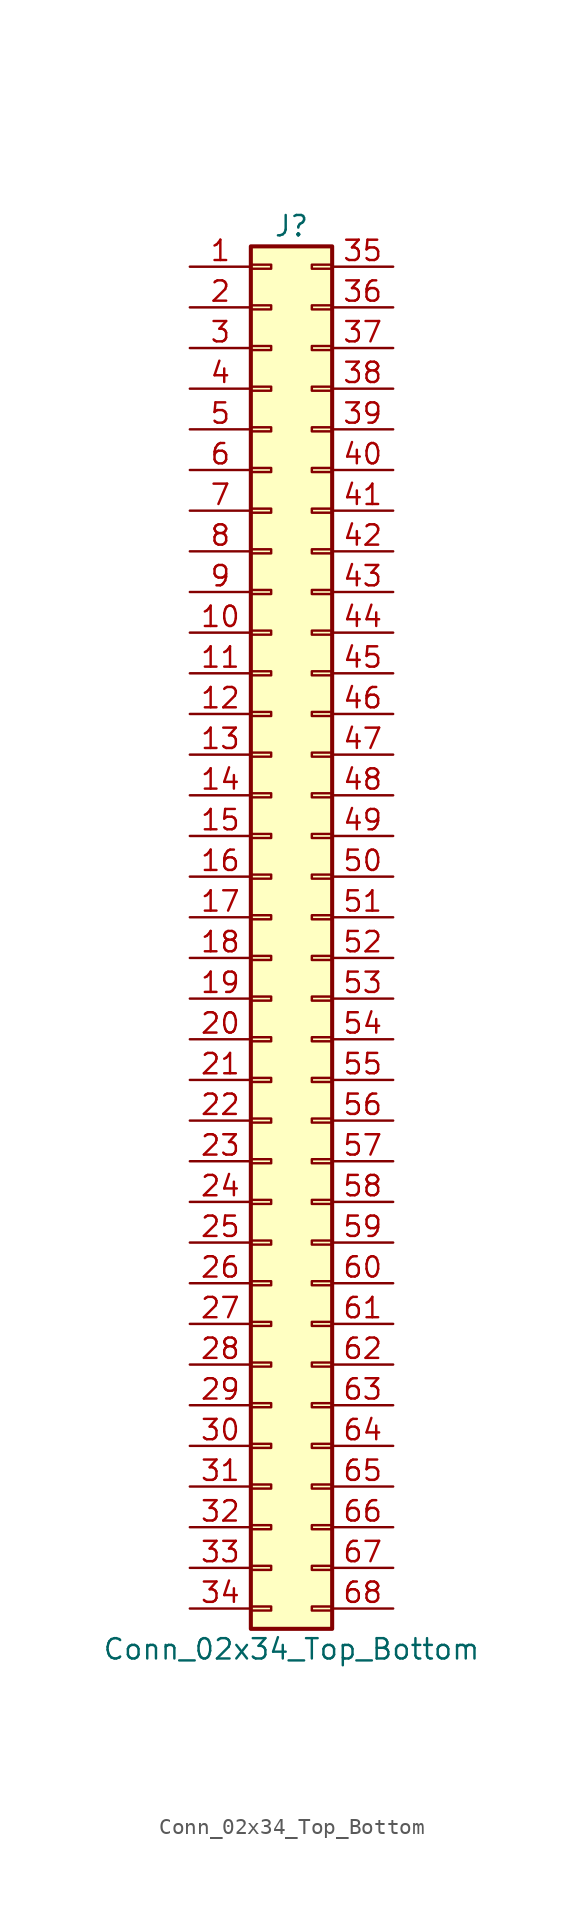
<source format=kicad_sym>
(kicad_symbol_lib
  (version 20201005)
  (generator kicad_symbol_editor)
  (symbol "Conn_02x34_Top_Bottom"
    (pin_names
      (offset 1.016) hide)
    (property "Reference" "J"
      (at 1.27 43.18 0)
      (effects (font (size 1.27 1.27))))
    (property "Value" "Conn_02x34_Top_Bottom"
      (at 1.27 -45.72 0)
      (effects (font (size 1.27 1.27))))
    (symbol "Conn_02x34_Top_Bottom_1_1"
      (rectangle (start -1.27 -43.053) (end 0 -43.307) (stroke (width 0.152)) (fill (type none)))
      (rectangle (start -1.27 -40.513) (end 0 -40.767) (stroke (width 0.152)) (fill (type none)))
      (rectangle (start -1.27 -37.973) (end 0 -38.227) (stroke (width 0.152)) (fill (type none)))
      (rectangle (start -1.27 -35.433) (end 0 -35.687) (stroke (width 0.152)) (fill (type none)))
      (rectangle (start -1.27 -32.893) (end 0 -33.147) (stroke (width 0.152)) (fill (type none)))
      (rectangle (start -1.27 -30.353) (end 0 -30.607) (stroke (width 0.152)) (fill (type none)))
      (rectangle (start -1.27 -27.813) (end 0 -28.067) (stroke (width 0.152)) (fill (type none)))
      (rectangle (start -1.27 -25.273) (end 0 -25.527) (stroke (width 0.152)) (fill (type none)))
      (rectangle (start -1.27 -22.733) (end 0 -22.987) (stroke (width 0.152)) (fill (type none)))
      (rectangle (start -1.27 -20.193) (end 0 -20.447) (stroke (width 0.152)) (fill (type none)))
      (rectangle (start -1.27 -17.653) (end 0 -17.907) (stroke (width 0.152)) (fill (type none)))
      (rectangle (start -1.27 -15.113) (end 0 -15.367) (stroke (width 0.152)) (fill (type none)))
      (rectangle (start -1.27 -12.573) (end 0 -12.827) (stroke (width 0.152)) (fill (type none)))
      (rectangle (start -1.27 -10.033) (end 0 -10.287) (stroke (width 0.152)) (fill (type none)))
      (rectangle (start -1.27 -7.493) (end 0 -7.747) (stroke (width 0.152)) (fill (type none)))
      (rectangle (start -1.27 -4.953) (end 0 -5.207) (stroke (width 0.152)) (fill (type none)))
      (rectangle (start -1.27 -2.413) (end 0 -2.667) (stroke (width 0.152)) (fill (type none)))
      (rectangle (start -1.27 0.127) (end 0 -0.127) (stroke (width 0.152)) (fill (type none)))
      (rectangle (start -1.27 2.667) (end 0 2.413) (stroke (width 0.152)) (fill (type none)))
      (rectangle (start -1.27 5.207) (end 0 4.953) (stroke (width 0.152)) (fill (type none)))
      (rectangle (start -1.27 7.747) (end 0 7.493) (stroke (width 0.152)) (fill (type none)))
      (rectangle (start -1.27 10.287) (end 0 10.033) (stroke (width 0.152)) (fill (type none)))
      (rectangle (start -1.27 12.827) (end 0 12.573) (stroke (width 0.152)) (fill (type none)))
      (rectangle (start -1.27 15.367) (end 0 15.113) (stroke (width 0.152)) (fill (type none)))
      (rectangle (start -1.27 17.907) (end 0 17.653) (stroke (width 0.152)) (fill (type none)))
      (rectangle (start -1.27 20.447) (end 0 20.193) (stroke (width 0.152)) (fill (type none)))
      (rectangle (start -1.27 22.987) (end 0 22.733) (stroke (width 0.152)) (fill (type none)))
      (rectangle (start -1.27 25.527) (end 0 25.273) (stroke (width 0.152)) (fill (type none)))
      (rectangle (start -1.27 28.067) (end 0 27.813) (stroke (width 0.152)) (fill (type none)))
      (rectangle (start -1.27 30.607) (end 0 30.353) (stroke (width 0.152)) (fill (type none)))
      (rectangle (start -1.27 33.147) (end 0 32.893) (stroke (width 0.152)) (fill (type none)))
      (rectangle (start -1.27 35.687) (end 0 35.433) (stroke (width 0.152)) (fill (type none)))
      (rectangle (start -1.27 38.227) (end 0 37.973) (stroke (width 0.152)) (fill (type none)))
      (rectangle (start -1.27 40.767) (end 0 40.513) (stroke (width 0.152)) (fill (type none)))
      (rectangle (start 3.81 -43.053) (end 2.54 -43.307) (stroke (width 0.152)) (fill (type none)))
      (rectangle (start 3.81 -40.513) (end 2.54 -40.767) (stroke (width 0.152)) (fill (type none)))
      (rectangle (start 3.81 -37.973) (end 2.54 -38.227) (stroke (width 0.152)) (fill (type none)))
      (rectangle (start 3.81 -35.433) (end 2.54 -35.687) (stroke (width 0.152)) (fill (type none)))
      (rectangle (start 3.81 -32.893) (end 2.54 -33.147) (stroke (width 0.152)) (fill (type none)))
      (rectangle (start 3.81 -30.353) (end 2.54 -30.607) (stroke (width 0.152)) (fill (type none)))
      (rectangle (start 3.81 -27.813) (end 2.54 -28.067) (stroke (width 0.152)) (fill (type none)))
      (rectangle (start 3.81 -25.273) (end 2.54 -25.527) (stroke (width 0.152)) (fill (type none)))
      (rectangle (start 3.81 -22.733) (end 2.54 -22.987) (stroke (width 0.152)) (fill (type none)))
      (rectangle (start 3.81 -20.193) (end 2.54 -20.447) (stroke (width 0.152)) (fill (type none)))
      (rectangle (start 3.81 -17.653) (end 2.54 -17.907) (stroke (width 0.152)) (fill (type none)))
      (rectangle (start 3.81 -15.113) (end 2.54 -15.367) (stroke (width 0.152)) (fill (type none)))
      (rectangle (start 3.81 -12.573) (end 2.54 -12.827) (stroke (width 0.152)) (fill (type none)))
      (rectangle (start 3.81 -10.033) (end 2.54 -10.287) (stroke (width 0.152)) (fill (type none)))
      (rectangle (start 3.81 -7.493) (end 2.54 -7.747) (stroke (width 0.152)) (fill (type none)))
      (rectangle (start 3.81 -4.953) (end 2.54 -5.207) (stroke (width 0.152)) (fill (type none)))
      (rectangle (start 3.81 -2.413) (end 2.54 -2.667) (stroke (width 0.152)) (fill (type none)))
      (rectangle (start 3.81 0.127) (end 2.54 -0.127) (stroke (width 0.152)) (fill (type none)))
      (rectangle (start 3.81 2.667) (end 2.54 2.413) (stroke (width 0.152)) (fill (type none)))
      (rectangle (start 3.81 5.207) (end 2.54 4.953) (stroke (width 0.152)) (fill (type none)))
      (rectangle (start 3.81 7.747) (end 2.54 7.493) (stroke (width 0.152)) (fill (type none)))
      (rectangle (start 3.81 10.287) (end 2.54 10.033) (stroke (width 0.152)) (fill (type none)))
      (rectangle (start 3.81 12.827) (end 2.54 12.573) (stroke (width 0.152)) (fill (type none)))
      (rectangle (start 3.81 15.367) (end 2.54 15.113) (stroke (width 0.152)) (fill (type none)))
      (rectangle (start 3.81 17.907) (end 2.54 17.653) (stroke (width 0.152)) (fill (type none)))
      (rectangle (start 3.81 20.447) (end 2.54 20.193) (stroke (width 0.152)) (fill (type none)))
      (rectangle (start 3.81 22.987) (end 2.54 22.733) (stroke (width 0.152)) (fill (type none)))
      (rectangle (start 3.81 25.527) (end 2.54 25.273) (stroke (width 0.152)) (fill (type none)))
      (rectangle (start 3.81 28.067) (end 2.54 27.813) (stroke (width 0.152)) (fill (type none)))
      (rectangle (start 3.81 30.607) (end 2.54 30.353) (stroke (width 0.152)) (fill (type none)))
      (rectangle (start 3.81 33.147) (end 2.54 32.893) (stroke (width 0.152)) (fill (type none)))
      (rectangle (start 3.81 35.687) (end 2.54 35.433) (stroke (width 0.152)) (fill (type none)))
      (rectangle (start 3.81 38.227) (end 2.54 37.973) (stroke (width 0.152)) (fill (type none)))
      (rectangle (start 3.81 40.767) (end 2.54 40.513) (stroke (width 0.152)) (fill (type none)))
      (rectangle (start -1.27 41.91) (end 3.81 -44.45) (stroke (width 0.254)) (fill (type background)))
      (pin passive line (at -5.08 40.64 0) (length 3.81) (name "Pin_1" (effects (font (size 1.27 1.27)))) (number "1" (effects (font (size 1.27 1.27)))))
      (pin passive line (at -5.08 17.78 0) (length 3.81) (name "Pin_10" (effects (font (size 1.27 1.27)))) (number "10" (effects (font (size 1.27 1.27)))))
      (pin passive line (at -5.08 15.24 0) (length 3.81) (name "Pin_11" (effects (font (size 1.27 1.27)))) (number "11" (effects (font (size 1.27 1.27)))))
      (pin passive line (at -5.08 12.7 0) (length 3.81) (name "Pin_12" (effects (font (size 1.27 1.27)))) (number "12" (effects (font (size 1.27 1.27)))))
      (pin passive line (at -5.08 10.16 0) (length 3.81) (name "Pin_13" (effects (font (size 1.27 1.27)))) (number "13" (effects (font (size 1.27 1.27)))))
      (pin passive line (at -5.08 7.62 0) (length 3.81) (name "Pin_14" (effects (font (size 1.27 1.27)))) (number "14" (effects (font (size 1.27 1.27)))))
      (pin passive line (at -5.08 5.08 0) (length 3.81) (name "Pin_15" (effects (font (size 1.27 1.27)))) (number "15" (effects (font (size 1.27 1.27)))))
      (pin passive line (at -5.08 2.54 0) (length 3.81) (name "Pin_16" (effects (font (size 1.27 1.27)))) (number "16" (effects (font (size 1.27 1.27)))))
      (pin passive line (at -5.08 0 0) (length 3.81) (name "Pin_17" (effects (font (size 1.27 1.27)))) (number "17" (effects (font (size 1.27 1.27)))))
      (pin passive line (at -5.08 -2.54 0) (length 3.81) (name "Pin_18" (effects (font (size 1.27 1.27)))) (number "18" (effects (font (size 1.27 1.27)))))
      (pin passive line (at -5.08 -5.08 0) (length 3.81) (name "Pin_19" (effects (font (size 1.27 1.27)))) (number "19" (effects (font (size 1.27 1.27)))))
      (pin passive line (at -5.08 38.1 0) (length 3.81) (name "Pin_2" (effects (font (size 1.27 1.27)))) (number "2" (effects (font (size 1.27 1.27)))))
      (pin passive line (at -5.08 -7.62 0) (length 3.81) (name "Pin_20" (effects (font (size 1.27 1.27)))) (number "20" (effects (font (size 1.27 1.27)))))
      (pin passive line (at -5.08 -10.16 0) (length 3.81) (name "Pin_21" (effects (font (size 1.27 1.27)))) (number "21" (effects (font (size 1.27 1.27)))))
      (pin passive line (at -5.08 -12.7 0) (length 3.81) (name "Pin_22" (effects (font (size 1.27 1.27)))) (number "22" (effects (font (size 1.27 1.27)))))
      (pin passive line (at -5.08 -15.24 0) (length 3.81) (name "Pin_23" (effects (font (size 1.27 1.27)))) (number "23" (effects (font (size 1.27 1.27)))))
      (pin passive line (at -5.08 -17.78 0) (length 3.81) (name "Pin_24" (effects (font (size 1.27 1.27)))) (number "24" (effects (font (size 1.27 1.27)))))
      (pin passive line (at -5.08 -20.32 0) (length 3.81) (name "Pin_25" (effects (font (size 1.27 1.27)))) (number "25" (effects (font (size 1.27 1.27)))))
      (pin passive line (at -5.08 -22.86 0) (length 3.81) (name "Pin_26" (effects (font (size 1.27 1.27)))) (number "26" (effects (font (size 1.27 1.27)))))
      (pin passive line (at -5.08 -25.4 0) (length 3.81) (name "Pin_27" (effects (font (size 1.27 1.27)))) (number "27" (effects (font (size 1.27 1.27)))))
      (pin passive line (at -5.08 -27.94 0) (length 3.81) (name "Pin_28" (effects (font (size 1.27 1.27)))) (number "28" (effects (font (size 1.27 1.27)))))
      (pin passive line (at -5.08 -30.48 0) (length 3.81) (name "Pin_29" (effects (font (size 1.27 1.27)))) (number "29" (effects (font (size 1.27 1.27)))))
      (pin passive line (at -5.08 35.56 0) (length 3.81) (name "Pin_3" (effects (font (size 1.27 1.27)))) (number "3" (effects (font (size 1.27 1.27)))))
      (pin passive line (at -5.08 -33.02 0) (length 3.81) (name "Pin_30" (effects (font (size 1.27 1.27)))) (number "30" (effects (font (size 1.27 1.27)))))
      (pin passive line (at -5.08 -35.56 0) (length 3.81) (name "Pin_31" (effects (font (size 1.27 1.27)))) (number "31" (effects (font (size 1.27 1.27)))))
      (pin passive line (at -5.08 -38.1 0) (length 3.81) (name "Pin_32" (effects (font (size 1.27 1.27)))) (number "32" (effects (font (size 1.27 1.27)))))
      (pin passive line (at -5.08 -40.64 0) (length 3.81) (name "Pin_33" (effects (font (size 1.27 1.27)))) (number "33" (effects (font (size 1.27 1.27)))))
      (pin passive line (at -5.08 -43.18 0) (length 3.81) (name "Pin_34" (effects (font (size 1.27 1.27)))) (number "34" (effects (font (size 1.27 1.27)))))
      (pin passive line (at 7.62 40.64 180) (length 3.81) (name "Pin_35" (effects (font (size 1.27 1.27)))) (number "35" (effects (font (size 1.27 1.27)))))
      (pin passive line (at 7.62 38.1 180) (length 3.81) (name "Pin_36" (effects (font (size 1.27 1.27)))) (number "36" (effects (font (size 1.27 1.27)))))
      (pin passive line (at 7.62 35.56 180) (length 3.81) (name "Pin_37" (effects (font (size 1.27 1.27)))) (number "37" (effects (font (size 1.27 1.27)))))
      (pin passive line (at 7.62 33.02 180) (length 3.81) (name "Pin_38" (effects (font (size 1.27 1.27)))) (number "38" (effects (font (size 1.27 1.27)))))
      (pin passive line (at 7.62 30.48 180) (length 3.81) (name "Pin_39" (effects (font (size 1.27 1.27)))) (number "39" (effects (font (size 1.27 1.27)))))
      (pin passive line (at -5.08 33.02 0) (length 3.81) (name "Pin_4" (effects (font (size 1.27 1.27)))) (number "4" (effects (font (size 1.27 1.27)))))
      (pin passive line (at 7.62 27.94 180) (length 3.81) (name "Pin_40" (effects (font (size 1.27 1.27)))) (number "40" (effects (font (size 1.27 1.27)))))
      (pin passive line (at 7.62 25.4 180) (length 3.81) (name "Pin_41" (effects (font (size 1.27 1.27)))) (number "41" (effects (font (size 1.27 1.27)))))
      (pin passive line (at 7.62 22.86 180) (length 3.81) (name "Pin_42" (effects (font (size 1.27 1.27)))) (number "42" (effects (font (size 1.27 1.27)))))
      (pin passive line (at 7.62 20.32 180) (length 3.81) (name "Pin_43" (effects (font (size 1.27 1.27)))) (number "43" (effects (font (size 1.27 1.27)))))
      (pin passive line (at 7.62 17.78 180) (length 3.81) (name "Pin_44" (effects (font (size 1.27 1.27)))) (number "44" (effects (font (size 1.27 1.27)))))
      (pin passive line (at 7.62 15.24 180) (length 3.81) (name "Pin_45" (effects (font (size 1.27 1.27)))) (number "45" (effects (font (size 1.27 1.27)))))
      (pin passive line (at 7.62 12.7 180) (length 3.81) (name "Pin_46" (effects (font (size 1.27 1.27)))) (number "46" (effects (font (size 1.27 1.27)))))
      (pin passive line (at 7.62 10.16 180) (length 3.81) (name "Pin_47" (effects (font (size 1.27 1.27)))) (number "47" (effects (font (size 1.27 1.27)))))
      (pin passive line (at 7.62 7.62 180) (length 3.81) (name "Pin_48" (effects (font (size 1.27 1.27)))) (number "48" (effects (font (size 1.27 1.27)))))
      (pin passive line (at 7.62 5.08 180) (length 3.81) (name "Pin_49" (effects (font (size 1.27 1.27)))) (number "49" (effects (font (size 1.27 1.27)))))
      (pin passive line (at -5.08 30.48 0) (length 3.81) (name "Pin_5" (effects (font (size 1.27 1.27)))) (number "5" (effects (font (size 1.27 1.27)))))
      (pin passive line (at 7.62 2.54 180) (length 3.81) (name "Pin_50" (effects (font (size 1.27 1.27)))) (number "50" (effects (font (size 1.27 1.27)))))
      (pin passive line (at 7.62 0 180) (length 3.81) (name "Pin_51" (effects (font (size 1.27 1.27)))) (number "51" (effects (font (size 1.27 1.27)))))
      (pin passive line (at 7.62 -2.54 180) (length 3.81) (name "Pin_52" (effects (font (size 1.27 1.27)))) (number "52" (effects (font (size 1.27 1.27)))))
      (pin passive line (at 7.62 -5.08 180) (length 3.81) (name "Pin_53" (effects (font (size 1.27 1.27)))) (number "53" (effects (font (size 1.27 1.27)))))
      (pin passive line (at 7.62 -7.62 180) (length 3.81) (name "Pin_54" (effects (font (size 1.27 1.27)))) (number "54" (effects (font (size 1.27 1.27)))))
      (pin passive line (at 7.62 -10.16 180) (length 3.81) (name "Pin_55" (effects (font (size 1.27 1.27)))) (number "55" (effects (font (size 1.27 1.27)))))
      (pin passive line (at 7.62 -12.7 180) (length 3.81) (name "Pin_56" (effects (font (size 1.27 1.27)))) (number "56" (effects (font (size 1.27 1.27)))))
      (pin passive line (at 7.62 -15.24 180) (length 3.81) (name "Pin_57" (effects (font (size 1.27 1.27)))) (number "57" (effects (font (size 1.27 1.27)))))
      (pin passive line (at 7.62 -17.78 180) (length 3.81) (name "Pin_58" (effects (font (size 1.27 1.27)))) (number "58" (effects (font (size 1.27 1.27)))))
      (pin passive line (at 7.62 -20.32 180) (length 3.81) (name "Pin_59" (effects (font (size 1.27 1.27)))) (number "59" (effects (font (size 1.27 1.27)))))
      (pin passive line (at -5.08 27.94 0) (length 3.81) (name "Pin_6" (effects (font (size 1.27 1.27)))) (number "6" (effects (font (size 1.27 1.27)))))
      (pin passive line (at 7.62 -22.86 180) (length 3.81) (name "Pin_60" (effects (font (size 1.27 1.27)))) (number "60" (effects (font (size 1.27 1.27)))))
      (pin passive line (at 7.62 -25.4 180) (length 3.81) (name "Pin_61" (effects (font (size 1.27 1.27)))) (number "61" (effects (font (size 1.27 1.27)))))
      (pin passive line (at 7.62 -27.94 180) (length 3.81) (name "Pin_62" (effects (font (size 1.27 1.27)))) (number "62" (effects (font (size 1.27 1.27)))))
      (pin passive line (at 7.62 -30.48 180) (length 3.81) (name "Pin_63" (effects (font (size 1.27 1.27)))) (number "63" (effects (font (size 1.27 1.27)))))
      (pin passive line (at 7.62 -33.02 180) (length 3.81) (name "Pin_64" (effects (font (size 1.27 1.27)))) (number "64" (effects (font (size 1.27 1.27)))))
      (pin passive line (at 7.62 -35.56 180) (length 3.81) (name "Pin_65" (effects (font (size 1.27 1.27)))) (number "65" (effects (font (size 1.27 1.27)))))
      (pin passive line (at 7.62 -38.1 180) (length 3.81) (name "Pin_66" (effects (font (size 1.27 1.27)))) (number "66" (effects (font (size 1.27 1.27)))))
      (pin passive line (at 7.62 -40.64 180) (length 3.81) (name "Pin_67" (effects (font (size 1.27 1.27)))) (number "67" (effects (font (size 1.27 1.27)))))
      (pin passive line (at 7.62 -43.18 180) (length 3.81) (name "Pin_68" (effects (font (size 1.27 1.27)))) (number "68" (effects (font (size 1.27 1.27)))))
      (pin passive line (at -5.08 25.4 0) (length 3.81) (name "Pin_7" (effects (font (size 1.27 1.27)))) (number "7" (effects (font (size 1.27 1.27)))))
      (pin passive line (at -5.08 22.86 0) (length 3.81) (name "Pin_8" (effects (font (size 1.27 1.27)))) (number "8" (effects (font (size 1.27 1.27)))))
      (pin passive line (at -5.08 20.32 0) (length 3.81) (name "Pin_9" (effects (font (size 1.27 1.27)))) (number "9" (effects (font (size 1.27 1.27))))))))
</source>
